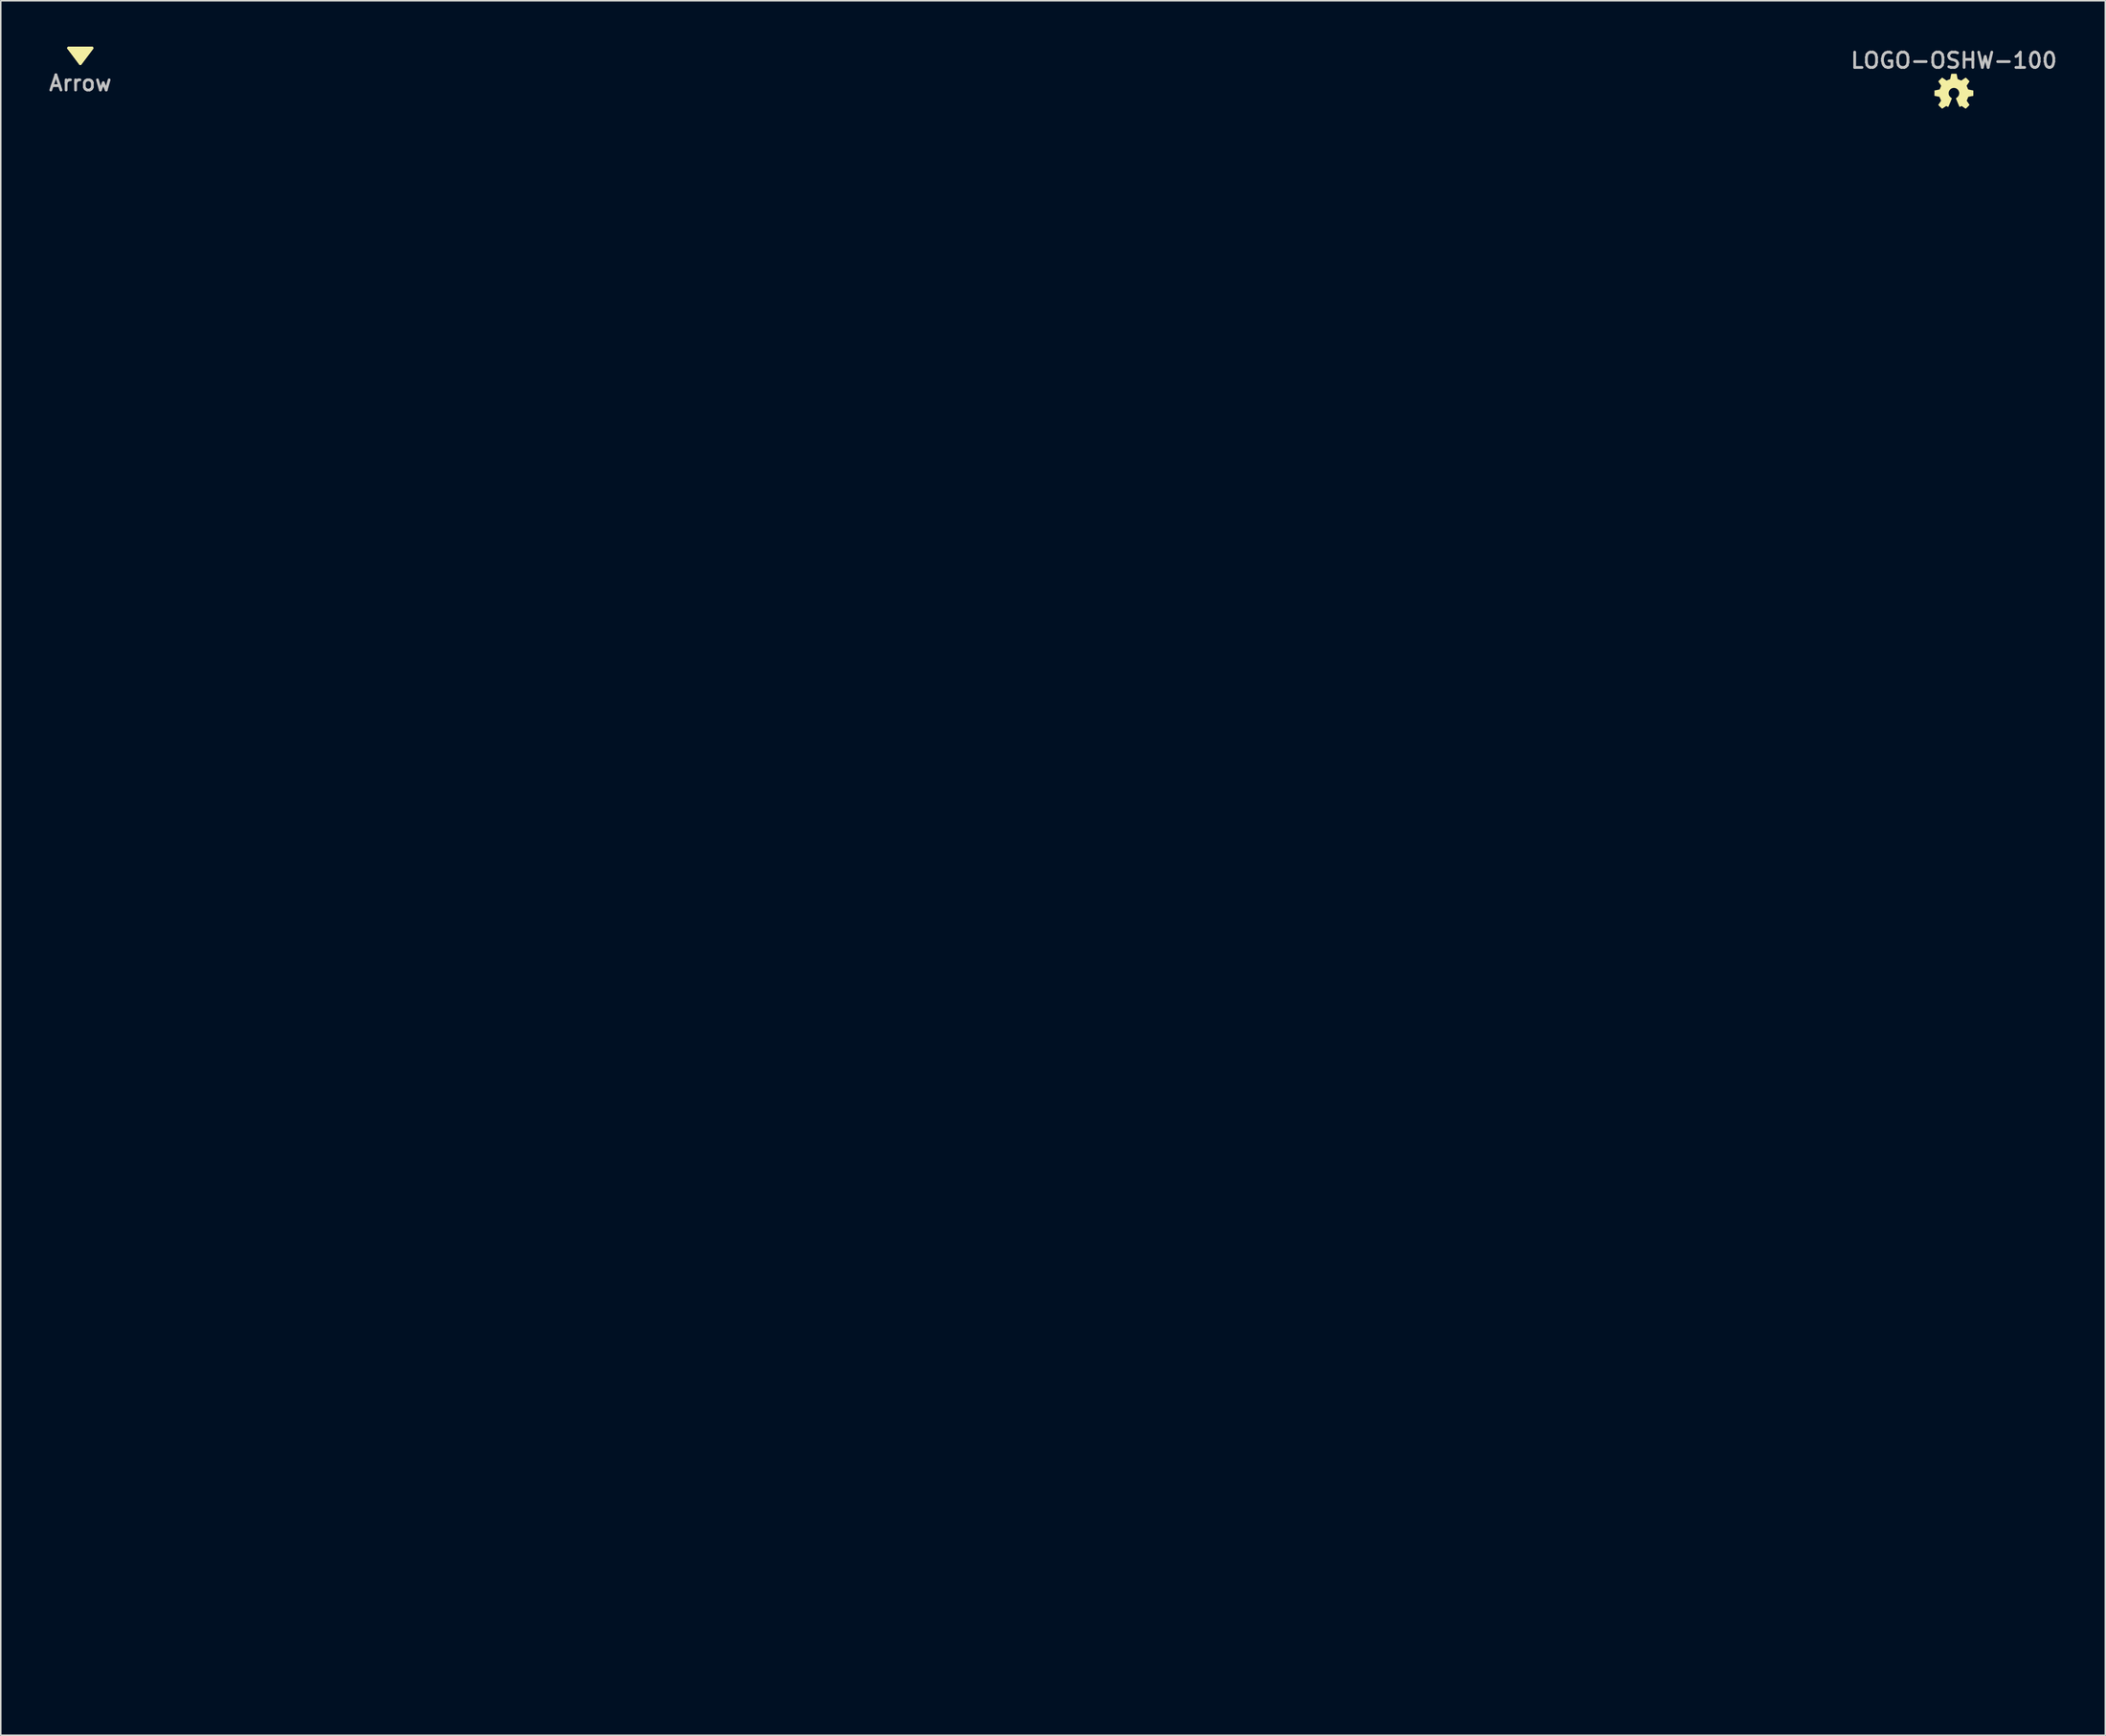
<source format=kicad_pcb>
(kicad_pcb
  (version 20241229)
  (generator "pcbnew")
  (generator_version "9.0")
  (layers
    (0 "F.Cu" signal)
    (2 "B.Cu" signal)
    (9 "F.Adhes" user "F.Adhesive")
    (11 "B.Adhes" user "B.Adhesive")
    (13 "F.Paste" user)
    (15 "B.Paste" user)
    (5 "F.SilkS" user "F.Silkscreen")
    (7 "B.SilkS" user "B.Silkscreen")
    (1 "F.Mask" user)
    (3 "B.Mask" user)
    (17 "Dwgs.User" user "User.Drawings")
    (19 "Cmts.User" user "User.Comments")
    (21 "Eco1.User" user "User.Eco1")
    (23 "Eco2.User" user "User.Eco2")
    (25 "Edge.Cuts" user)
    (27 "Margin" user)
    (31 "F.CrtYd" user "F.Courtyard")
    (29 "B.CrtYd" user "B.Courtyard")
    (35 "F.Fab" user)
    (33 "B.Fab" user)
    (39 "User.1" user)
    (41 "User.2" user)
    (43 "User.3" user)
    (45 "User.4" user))
  (footprint "Arrow"
    (layer "F.Cu")
    (at 2.194 0.471)
    (property "Reference" "Arrow" (at 0 1.905 0) (layer "Dwgs.User") (effects (font (size 1 1) (thickness 0.18))))
    (attr through_hole)
    (fp_line (start -0.762 -0.381) (end 0 0.635) (stroke (width 0.18) (type solid)) (layer "F.SilkS"))
    (fp_line (start 0 0.635) (end 0.762 -0.381) (stroke (width 0.18) (type solid)) (layer "F.SilkS"))
    (fp_line (start 0.762 -0.381) (end -0.762 -0.381) (stroke (width 0.18) (type solid)) (layer "F.SilkS"))
    (fp_poly (pts (xy 0 0.635) (xy -0.762 -0.381) (xy 0.762 -0.381)) (stroke (width 0.18) (type solid)) (fill yes) (layer "F.SilkS")))
  (footprint "LOGO-OSHW-100"
    (layer "F.Cu")
    (at 124.51 3.034)
    (property "Reference" "LOGO-OSHW-100" (at 0 -2.134 0) (layer "Dwgs.User") (effects (font (size 1 1) (thickness 0.18))))
    (attr through_hole)
    (fp_poly (pts (xy -0.77 1.011) (xy -0.754 1.006) (xy -0.726 0.986) (xy -0.683 0.958) (xy -0.632 0.925) (xy -0.584 0.892) (xy -0.541 0.864) (xy -0.513 0.846) (xy -0.5 0.838) (xy -0.495 0.841) (xy -0.47 0.851) (xy -0.434 0.871) (xy -0.417 0.881) (xy -0.384 0.894) (xy -0.368 0.897) (xy -0.366 0.892) (xy -0.353 0.869) (xy -0.335 0.826) (xy -0.31 0.772) (xy -0.284 0.706) (xy -0.254 0.638) (xy -0.224 0.566) (xy -0.196 0.498) (xy -0.173 0.439) (xy -0.152 0.389) (xy -0.14 0.356) (xy -0.135 0.34) (xy -0.135 0.338) (xy -0.152 0.32) (xy -0.18 0.3) (xy -0.239 0.251) (xy -0.3 0.178) (xy -0.335 0.094) (xy -0.345 0) (xy -0.335 -0.084) (xy -0.302 -0.168) (xy -0.244 -0.244) (xy -0.173 -0.3) (xy -0.091 -0.333) (xy 0 -0.345) (xy 0.086 -0.335) (xy 0.173 -0.302) (xy 0.246 -0.244) (xy 0.279 -0.208) (xy 0.323 -0.132) (xy 0.348 -0.051) (xy 0.351 -0.03) (xy 0.345 0.056) (xy 0.32 0.142) (xy 0.272 0.218) (xy 0.208 0.282) (xy 0.201 0.287) (xy 0.17 0.31) (xy 0.15 0.325) (xy 0.132 0.338) (xy 0.246 0.612) (xy 0.264 0.655) (xy 0.295 0.729) (xy 0.323 0.795) (xy 0.345 0.846) (xy 0.361 0.879) (xy 0.366 0.894) (xy 0.368 0.894) (xy 0.378 0.897) (xy 0.399 0.889) (xy 0.437 0.871) (xy 0.462 0.859) (xy 0.49 0.843) (xy 0.503 0.838) (xy 0.516 0.843) (xy 0.544 0.861) (xy 0.584 0.889) (xy 0.632 0.922) (xy 0.678 0.955) (xy 0.721 0.983) (xy 0.754 1.003) (xy 0.767 1.011) (xy 0.77 1.011) (xy 0.785 1.003) (xy 0.808 0.983) (xy 0.846 0.947) (xy 0.899 0.897) (xy 0.907 0.886) (xy 0.95 0.843) (xy 0.986 0.805) (xy 1.008 0.78) (xy 1.016 0.767) (xy 1.008 0.754) (xy 0.991 0.721) (xy 0.96 0.678) (xy 0.927 0.627) (xy 0.836 0.495) (xy 0.886 0.373) (xy 0.902 0.335) (xy 0.919 0.287) (xy 0.935 0.254) (xy 0.942 0.241) (xy 0.955 0.236) (xy 0.991 0.229) (xy 1.039 0.218) (xy 1.097 0.206) (xy 1.153 0.196) (xy 1.204 0.188) (xy 1.242 0.18) (xy 1.257 0.175) (xy 1.262 0.175) (xy 1.265 0.165) (xy 1.267 0.15) (xy 1.267 0.119) (xy 1.267 0.071) (xy 1.267 0) (xy 1.267 -0.005) (xy 1.267 -0.071) (xy 1.267 -0.124) (xy 1.265 -0.16) (xy 1.262 -0.175) (xy 1.247 -0.178) (xy 1.212 -0.185) (xy 1.161 -0.196) (xy 1.1 -0.208) (xy 1.097 -0.208) (xy 1.036 -0.218) (xy 0.986 -0.231) (xy 0.95 -0.239) (xy 0.935 -0.244) (xy 0.932 -0.246) (xy 0.919 -0.269) (xy 0.904 -0.307) (xy 0.884 -0.353) (xy 0.864 -0.401) (xy 0.846 -0.442) (xy 0.836 -0.475) (xy 0.833 -0.488) (xy 0.833 -0.49) (xy 0.841 -0.503) (xy 0.861 -0.533) (xy 0.892 -0.579) (xy 0.927 -0.63) (xy 0.93 -0.632) (xy 0.963 -0.683) (xy 0.991 -0.726) (xy 1.011 -0.757) (xy 1.016 -0.772) (xy 1.006 -0.787) (xy 0.98 -0.815) (xy 0.942 -0.853) (xy 0.899 -0.899) (xy 0.884 -0.914) (xy 0.836 -0.963) (xy 0.8 -0.993) (xy 0.78 -1.011) (xy 0.77 -1.013) (xy 0.754 -1.003) (xy 0.721 -0.983) (xy 0.678 -0.953) (xy 0.627 -0.919) (xy 0.622 -0.917) (xy 0.572 -0.881) (xy 0.528 -0.853) (xy 0.5 -0.833) (xy 0.485 -0.826) (xy 0.462 -0.831) (xy 0.427 -0.843) (xy 0.384 -0.861) (xy 0.335 -0.879) (xy 0.292 -0.899) (xy 0.262 -0.912) (xy 0.246 -0.922) (xy 0.241 -0.94) (xy 0.231 -0.978) (xy 0.221 -1.031) (xy 0.208 -1.092) (xy 0.208 -1.102) (xy 0.196 -1.163) (xy 0.185 -1.214) (xy 0.178 -1.247) (xy 0.175 -1.262) (xy 0.168 -1.265) (xy 0.137 -1.265) (xy 0.091 -1.267) (xy 0.038 -1.267) (xy -0.018 -1.267) (xy -0.074 -1.267) (xy -0.122 -1.265) (xy -0.157 -1.262) (xy -0.17 -1.26) (xy -0.178 -1.24) (xy -0.185 -1.201) (xy -0.196 -1.148) (xy -0.208 -1.087) (xy -0.211 -1.077) (xy -0.221 -1.016) (xy -0.231 -0.965) (xy -0.239 -0.932) (xy -0.241 -0.919) (xy -0.249 -0.914) (xy -0.272 -0.904) (xy -0.312 -0.889) (xy -0.363 -0.869) (xy -0.48 -0.82) (xy -0.622 -0.919) (xy -0.635 -0.927) (xy -0.686 -0.963) (xy -0.729 -0.991) (xy -0.757 -1.008) (xy -0.77 -1.016) (xy -0.772 -1.016) (xy -0.785 -1.003) (xy -0.813 -0.975) (xy -0.851 -0.94) (xy -0.897 -0.894) (xy -0.93 -0.861) (xy -0.97 -0.82) (xy -0.993 -0.795) (xy -1.008 -0.777) (xy -1.013 -0.767) (xy -1.011 -0.759) (xy -1.003 -0.744) (xy -0.98 -0.714) (xy -0.953 -0.671) (xy -0.917 -0.62) (xy -0.889 -0.579) (xy -0.859 -0.531) (xy -0.838 -0.495) (xy -0.831 -0.48) (xy -0.833 -0.472) (xy -0.843 -0.445) (xy -0.859 -0.401) (xy -0.881 -0.353) (xy -0.93 -0.239) (xy -1.003 -0.226) (xy -1.049 -0.216) (xy -1.113 -0.203) (xy -1.171 -0.193) (xy -1.265 -0.175) (xy -1.27 0.168) (xy -1.255 0.173) (xy -1.24 0.178) (xy -1.206 0.185) (xy -1.156 0.196) (xy -1.097 0.206) (xy -1.049 0.216) (xy -0.998 0.226) (xy -0.963 0.231) (xy -0.945 0.236) (xy -0.942 0.241) (xy -0.93 0.264) (xy -0.912 0.305) (xy -0.892 0.351) (xy -0.871 0.399) (xy -0.853 0.442) (xy -0.841 0.478) (xy -0.836 0.495) (xy -0.843 0.508) (xy -0.864 0.536) (xy -0.892 0.579) (xy -0.925 0.63) (xy -0.958 0.678) (xy -0.988 0.721) (xy -1.008 0.752) (xy -1.016 0.767) (xy -1.011 0.775) (xy -0.991 0.8) (xy -0.955 0.838) (xy -0.899 0.894) (xy -0.889 0.902) (xy -0.843 0.945) (xy -0.808 0.98) (xy -0.78 1.003) (xy -0.77 1.011)) (stroke (width 0.003) (type solid)) (fill yes) (layer "F.SilkS")))
  (footprint "Gauge-XY-100mm"
    (layer "F.Cu")
    (at 11.637 102.988)
    (property "Reference" "Gauge-XY-100mm" (at 0 3.81 0) (layer "Eco1.User") (effects (font (size 0.5 0.5) (thickness 0.1))))
    (attr through_hole)
    (fp_line (start 0 -100) (end -1.999 -100) (stroke (width 0.15) (type solid)) (layer "Eco1.User"))
    (fp_line (start 0 -95.001) (end -1.001 -95.001) (stroke (width 0.15) (type solid)) (layer "Eco1.User"))
    (fp_line (start 0 -90) (end -1.999 -90) (stroke (width 0.15) (type solid)) (layer "Eco1.User"))
    (fp_line (start 0 -85.001) (end -1.001 -85.001) (stroke (width 0.15) (type solid)) (layer "Eco1.User"))
    (fp_line (start 0 -80) (end -1.999 -80) (stroke (width 0.15) (type solid)) (layer "Eco1.User"))
    (fp_line (start 0 -75.001) (end -1.001 -75.001) (stroke (width 0.15) (type solid)) (layer "Eco1.User"))
    (fp_line (start 0 -70) (end -1.999 -70) (stroke (width 0.15) (type solid)) (layer "Eco1.User"))
    (fp_line (start 0 -65.001) (end -1.001 -65.001) (stroke (width 0.15) (type solid)) (layer "Eco1.User"))
    (fp_line (start 0 -60) (end -1.999 -60) (stroke (width 0.15) (type solid)) (layer "Eco1.User"))
    (fp_line (start 0 -55.001) (end -1.001 -55.001) (stroke (width 0.15) (type solid)) (layer "Eco1.User"))
    (fp_line (start 0 -50) (end -1.999 -50) (stroke (width 0.15) (type solid)) (layer "Eco1.User"))
    (fp_line (start 0 -45.001) (end -1.001 -45.001) (stroke (width 0.15) (type solid)) (layer "Eco1.User"))
    (fp_line (start 0 -40) (end -1.999 -40) (stroke (width 0.15) (type solid)) (layer "Eco1.User"))
    (fp_line (start 0 -35.001) (end -1.001 -35.001) (stroke (width 0.15) (type solid)) (layer "Eco1.User"))
    (fp_line (start 0 -30) (end -1.999 -30) (stroke (width 0.15) (type solid)) (layer "Eco1.User"))
    (fp_line (start 0 -25.001) (end -1.001 -25.001) (stroke (width 0.15) (type solid)) (layer "Eco1.User"))
    (fp_line (start 0 -20) (end -1.999 -20) (stroke (width 0.15) (type solid)) (layer "Eco1.User"))
    (fp_line (start 0 -15.001) (end -1.001 -15.001) (stroke (width 0.15) (type solid)) (layer "Eco1.User"))
    (fp_line (start 0 -10) (end -1.999 -10) (stroke (width 0.15) (type solid)) (layer "Eco1.User"))
    (fp_line (start 0 -10) (end 0 -100) (stroke (width 0.15) (type solid)) (layer "Eco1.User"))
    (fp_line (start 0 -8.999) (end -1.001 -8.999) (stroke (width 0.15) (type solid)) (layer "Eco1.User"))
    (fp_line (start 0 -8.001) (end -1.001 -8.001) (stroke (width 0.15) (type solid)) (layer "Eco1.User"))
    (fp_line (start 0 -7) (end -1.001 -7) (stroke (width 0.15) (type solid)) (layer "Eco1.User"))
    (fp_line (start 0 -5.999) (end -1.001 -5.999) (stroke (width 0.15) (type solid)) (layer "Eco1.User"))
    (fp_line (start 0 -5.001) (end -1.999 -5.001) (stroke (width 0.15) (type solid)) (layer "Eco1.User"))
    (fp_line (start 0 -4) (end -1.001 -4) (stroke (width 0.15) (type solid)) (layer "Eco1.User"))
    (fp_line (start 0 -3) (end -1.001 -3) (stroke (width 0.15) (type solid)) (layer "Eco1.User"))
    (fp_line (start 0 -1.999) (end -1.001 -1.999) (stroke (width 0.15) (type solid)) (layer "Eco1.User"))
    (fp_line (start 0 -1.001) (end -1.001 -1.001) (stroke (width 0.15) (type solid)) (layer "Eco1.User"))
    (fp_line (start 0 0) (end -1.999 0) (stroke (width 0.15) (type solid)) (layer "Eco1.User"))
    (fp_line (start 0 0) (end 0 -10) (stroke (width 0.15) (type solid)) (layer "Eco1.User"))
    (fp_line (start 0 0) (end 0 1.999) (stroke (width 0.15) (type solid)) (layer "Eco1.User"))
    (fp_line (start 0 0) (end 10 0) (stroke (width 0.15) (type solid)) (layer "Eco1.User"))
    (fp_line (start 1.001 0) (end 1.001 1.001) (stroke (width 0.15) (type solid)) (layer "Eco1.User"))
    (fp_line (start 1.999 0) (end 1.999 1.001) (stroke (width 0.15) (type solid)) (layer "Eco1.User"))
    (fp_line (start 3 0) (end 3 1.001) (stroke (width 0.15) (type solid)) (layer "Eco1.User"))
    (fp_line (start 4 0) (end 4 1.001) (stroke (width 0.15) (type solid)) (layer "Eco1.User"))
    (fp_line (start 5.001 0) (end 5.001 1.999) (stroke (width 0.15) (type solid)) (layer "Eco1.User"))
    (fp_line (start 5.999 0) (end 5.999 1.001) (stroke (width 0.15) (type solid)) (layer "Eco1.User"))
    (fp_line (start 7 0) (end 7 1.001) (stroke (width 0.15) (type solid)) (layer "Eco1.User"))
    (fp_line (start 8.001 0) (end 8.001 1.001) (stroke (width 0.15) (type solid)) (layer "Eco1.User"))
    (fp_line (start 8.999 0) (end 8.999 1.001) (stroke (width 0.15) (type solid)) (layer "Eco1.User"))
    (fp_line (start 10 0) (end 10 1.999) (stroke (width 0.15) (type solid)) (layer "Eco1.User"))
    (fp_line (start 10 0) (end 100 0) (stroke (width 0.15) (type solid)) (layer "Eco1.User"))
    (fp_line (start 15.001 0) (end 15.001 1.001) (stroke (width 0.15) (type solid)) (layer "Eco1.User"))
    (fp_line (start 20 0) (end 20 1.999) (stroke (width 0.15) (type solid)) (layer "Eco1.User"))
    (fp_line (start 25.001 0) (end 25.001 1.001) (stroke (width 0.15) (type solid)) (layer "Eco1.User"))
    (fp_line (start 30 0) (end 30 1.999) (stroke (width 0.15) (type solid)) (layer "Eco1.User"))
    (fp_line (start 35.001 0) (end 35.001 1.001) (stroke (width 0.15) (type solid)) (layer "Eco1.User"))
    (fp_line (start 40 0) (end 40 1.999) (stroke (width 0.15) (type solid)) (layer "Eco1.User"))
    (fp_line (start 45.001 0) (end 45.001 1.001) (stroke (width 0.15) (type solid)) (layer "Eco1.User"))
    (fp_line (start 50 0) (end 50 1.999) (stroke (width 0.15) (type solid)) (layer "Eco1.User"))
    (fp_line (start 55.001 0) (end 55.001 1.001) (stroke (width 0.15) (type solid)) (layer "Eco1.User"))
    (fp_line (start 60 0) (end 60 1.999) (stroke (width 0.15) (type solid)) (layer "Eco1.User"))
    (fp_line (start 65.001 0) (end 65.001 1.001) (stroke (width 0.15) (type solid)) (layer "Eco1.User"))
    (fp_line (start 70 0) (end 70 1.999) (stroke (width 0.15) (type solid)) (layer "Eco1.User"))
    (fp_line (start 75.001 0) (end 75.001 1.001) (stroke (width 0.15) (type solid)) (layer "Eco1.User"))
    (fp_line (start 80 0) (end 80 1.999) (stroke (width 0.15) (type solid)) (layer "Eco1.User"))
    (fp_line (start 85.001 0) (end 85.001 1.001) (stroke (width 0.15) (type solid)) (layer "Eco1.User"))
    (fp_line (start 90 0) (end 90 1.999) (stroke (width 0.15) (type solid)) (layer "Eco1.User"))
    (fp_line (start 95.001 0) (end 95.001 1.001) (stroke (width 0.15) (type solid)) (layer "Eco1.User"))
    (fp_line (start 100 0) (end 100 1.999) (stroke (width 0.15) (type solid)) (layer "Eco1.User"))
    (fp_text user "50" (at -3.101 -50 270) (layer "Eco1.User") (effects (font (size 1 1) (thickness 0.15))))
    (fp_text user "90" (at -3.203 -90.101 270) (layer "Eco1.User") (effects (font (size 1 1) (thickness 0.15))))
    (fp_text user "60" (at -3.101 -60 270) (layer "Eco1.User") (effects (font (size 1 1) (thickness 0.15))))
    (fp_text user "100mm" (at 100.101 3.203 0) (layer "Eco1.User") (effects (font (size 1 1) (thickness 0.15))))
    (fp_text user "5" (at -2.901 -4.999 270) (layer "Eco1.User") (effects (font (size 1 1) (thickness 0.15))))
    (fp_text user "20" (at 20.099 2.901 0) (layer "Eco1.User") (effects (font (size 1 1) (thickness 0.15))))
    (fp_text user "20" (at -2.901 -20.099 270) (layer "Eco1.User") (effects (font (size 1 1) (thickness 0.15))))
    (fp_text user "40" (at 40 3.101 0) (layer "Eco1.User") (effects (font (size 1 1) (thickness 0.15))))
    (fp_text user "10mm" (at -2.7 -10 270) (layer "Eco1.User") (effects (font (size 1 1) (thickness 0.15))))
    (fp_text user "80" (at 80 3.401 0) (layer "Eco1.User") (effects (font (size 1 1) (thickness 0.15))))
    (fp_text user "40" (at -3.101 -40 270) (layer "Eco1.User") (effects (font (size 1 1) (thickness 0.15))))
    (fp_text user "0" (at 0 2.799 0) (layer "Eco1.User") (effects (font (size 1 1) (thickness 0.15))))
    (fp_text user "70" (at 70 3.302 0) (layer "Eco1.User") (effects (font (size 1 1) (thickness 0.15))))
    (fp_text user "0" (at -2.799 0 270) (layer "Eco1.User") (effects (font (size 1 1) (thickness 0.15))))
    (fp_text user "70" (at -3.302 -70 270) (layer "Eco1.User") (effects (font (size 1 1) (thickness 0.15))))
    (fp_text user "30" (at -3 -30 270) (layer "Eco1.User") (effects (font (size 1 1) (thickness 0.15))))
    (fp_text user "100mm" (at -3.203 -100.101 270) (layer "Eco1.User") (effects (font (size 1 1) (thickness 0.15))))
    (fp_text user "30" (at 30 3 0) (layer "Eco1.User") (effects (font (size 1 1) (thickness 0.15))))
    (fp_text user "60" (at 60 3.101 0) (layer "Eco1.User") (effects (font (size 1 1) (thickness 0.15))))
    (fp_text user "5" (at 4.999 2.901 0) (layer "Eco1.User") (effects (font (size 1 1) (thickness 0.15))))
    (fp_text user "90" (at 90.101 3.203 0) (layer "Eco1.User") (effects (font (size 1 1) (thickness 0.15))))
    (fp_text user "80" (at -3.401 -80 270) (layer "Eco1.User") (effects (font (size 1 1) (thickness 0.15))))
    (fp_text user "50" (at 50 3.101 0) (layer "Eco1.User") (effects (font (size 1 1) (thickness 0.15))))
    (fp_text user "10mm" (at 10 2.7 0) (layer "Eco1.User") (effects (font (size 1 1) (thickness 0.15)))))
  (gr_rect
    (start -3 -3)
    (end 134.394 110.266)
    (stroke (width 0.1) (type default))
    (fill no)
    (layer "Edge.Cuts")))
</source>
